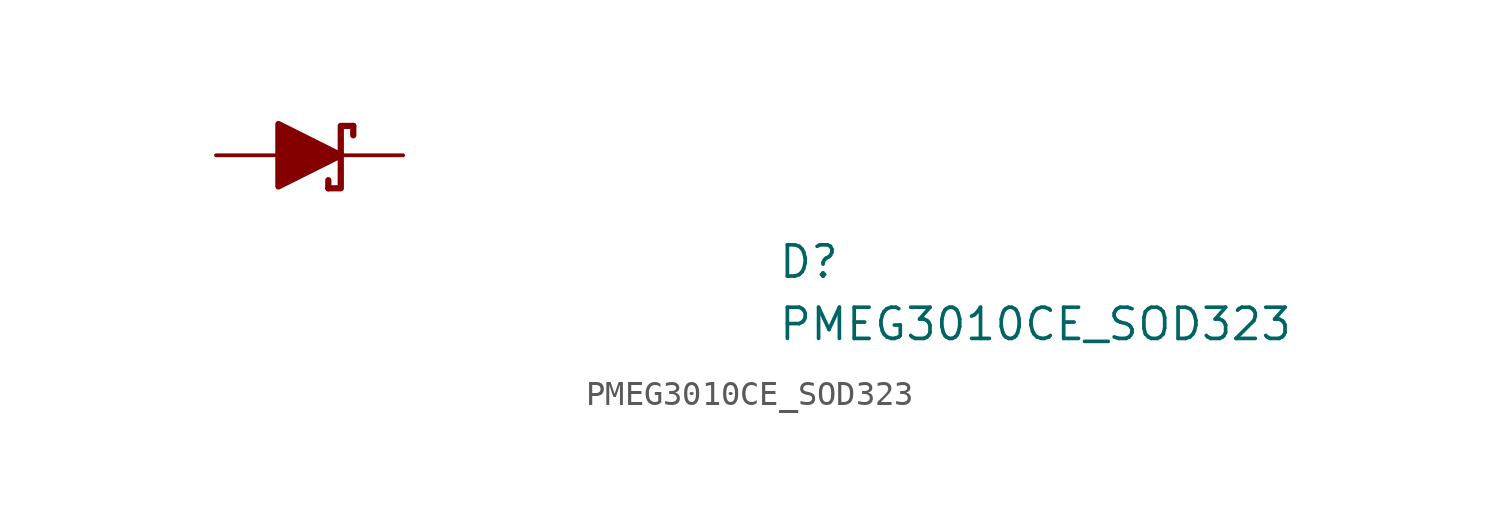
<source format=kicad_sym>
(kicad_symbol_lib
  (version 20211014)
  (generator kicad_symbol_editor)
  (symbol "PMEG3010CE_SOD323"
    (pin_numbers hide)
    (pin_names hide)
    (property "Reference" "D"
      (at 22.86 -5.08 0)
      (effects (font (size 1.27 1.27) (thickness 0.15)) (justify left bottom)))
    (property "Value" "PMEG3010CE_SOD323"
      (at 22.86 -7.62 0)
      (effects (font (size 1.27 1.27) (thickness 0.15)) (justify left bottom)))
    (symbol "PMEG3010CE_SOD323_1_1"
      (polyline (pts (xy 4.572 -1.016) (xy 4.572 -1.346)) (stroke (width 0.254) (type default) (color 0 0 0 0)) (fill (type none)))
      (polyline (pts (xy 5.588 1.194) (xy 5.588 0.813)) (stroke (width 0.254) (type default) (color 0 0 0 0)) (fill (type none)))
      (polyline (pts (xy 2.54 1.27) (xy 2.54 -1.27) (xy 5.08 0) (xy 2.54 1.27)) (stroke (width 0.254) (type default) (color 0 0 0 0)) (fill (type outline)))
      (polyline (pts (xy 5.588 1.194) (xy 5.08 1.194) (xy 5.08 -1.346) (xy 4.572 -1.346)) (stroke (width 0.254) (type default) (color 0 0 0 0)) (fill (type none)))
      (pin passive line (at 0 0 0) (length 2.54) (name "A" (effects (font (size 1.27 1.27)))) (number "A" (effects (font (size 1.27 1.27)))))
      (pin passive line (at 7.62 0 180) (length 2.54) (name "K" (effects (font (size 1.27 1.27)))) (number "K" (effects (font (size 1.27 1.27))))))))
</source>
